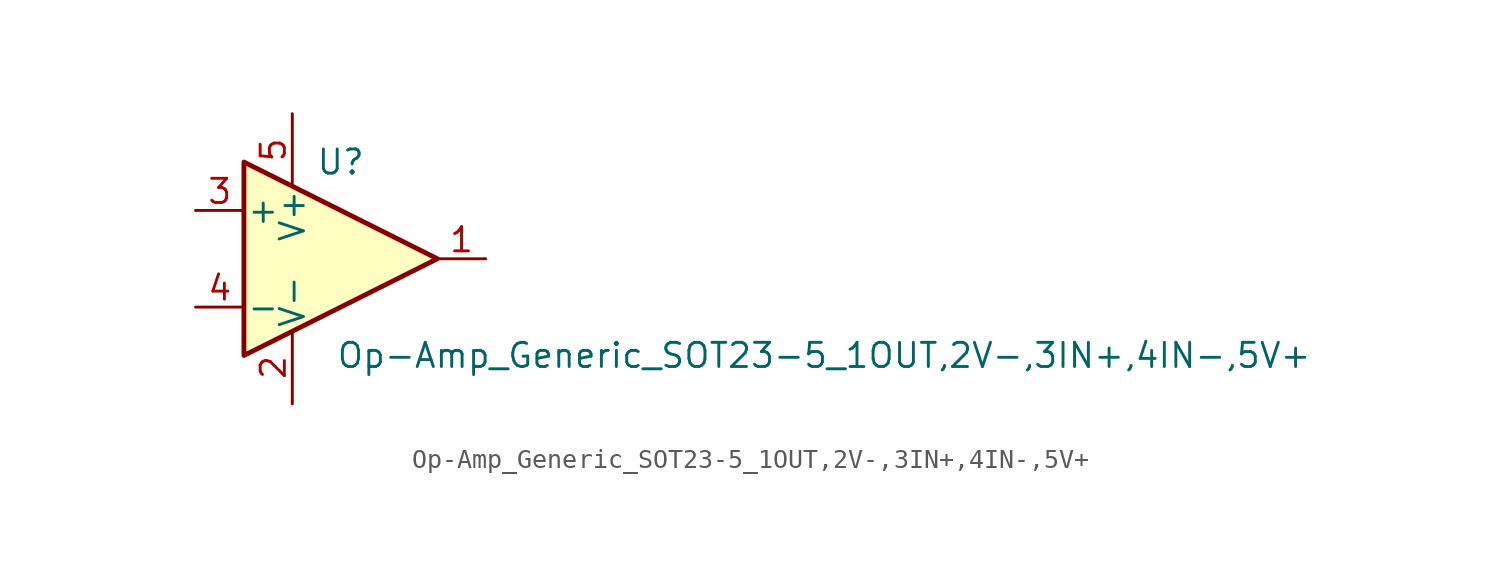
<source format=kicad_sym>
(kicad_symbol_lib
  (version 20211014)
  (generator kicad_symbol_editor)
  (symbol "Op-Amp_Generic_SOT23-5_1OUT,2V-,3IN+,4IN-,5V+"
    (pin_names
      (offset 0.127))
    (property "Reference" "U"
      (at 2.54 5.08 0)
      (effects (font (size 1.27 1.27))))
    (property "Value" "Op-Amp_Generic_SOT23-5_1OUT,2V-,3IN+,4IN-,5V+"
      (at 27.94 -5.08 0)
      (effects (font (size 1.27 1.27))))
    (symbol "Op-Amp_Generic_SOT23-5_1OUT,2V-,3IN+,4IN-,5V+_1_1"
      (polyline (pts (xy -2.54 5.08) (xy 7.62 0) (xy -2.54 -5.08) (xy -2.54 5.08)) (stroke (width 0.254) (type default) (color 0 0 0 0)) (fill (type background)))
      (pin output line (at 10.16 0 180) (length 2.54) (name "~" (effects (font (size 1.27 1.27)))) (number "1" (effects (font (size 1.27 1.27)))))
      (pin power_in line (at 0 -7.62 90) (length 3.81) (name "V-" (effects (font (size 1.27 1.27)))) (number "2" (effects (font (size 1.27 1.27)))))
      (pin input line (at -5.08 2.54 0) (length 2.54) (name "+" (effects (font (size 1.27 1.27)))) (number "3" (effects (font (size 1.27 1.27)))))
      (pin input line (at -5.08 -2.54 0) (length 2.54) (name "-" (effects (font (size 1.27 1.27)))) (number "4" (effects (font (size 1.27 1.27)))))
      (pin power_in line (at 0 7.62 270) (length 3.81) (name "V+" (effects (font (size 1.27 1.27)))) (number "5" (effects (font (size 1.27 1.27))))))))
</source>
